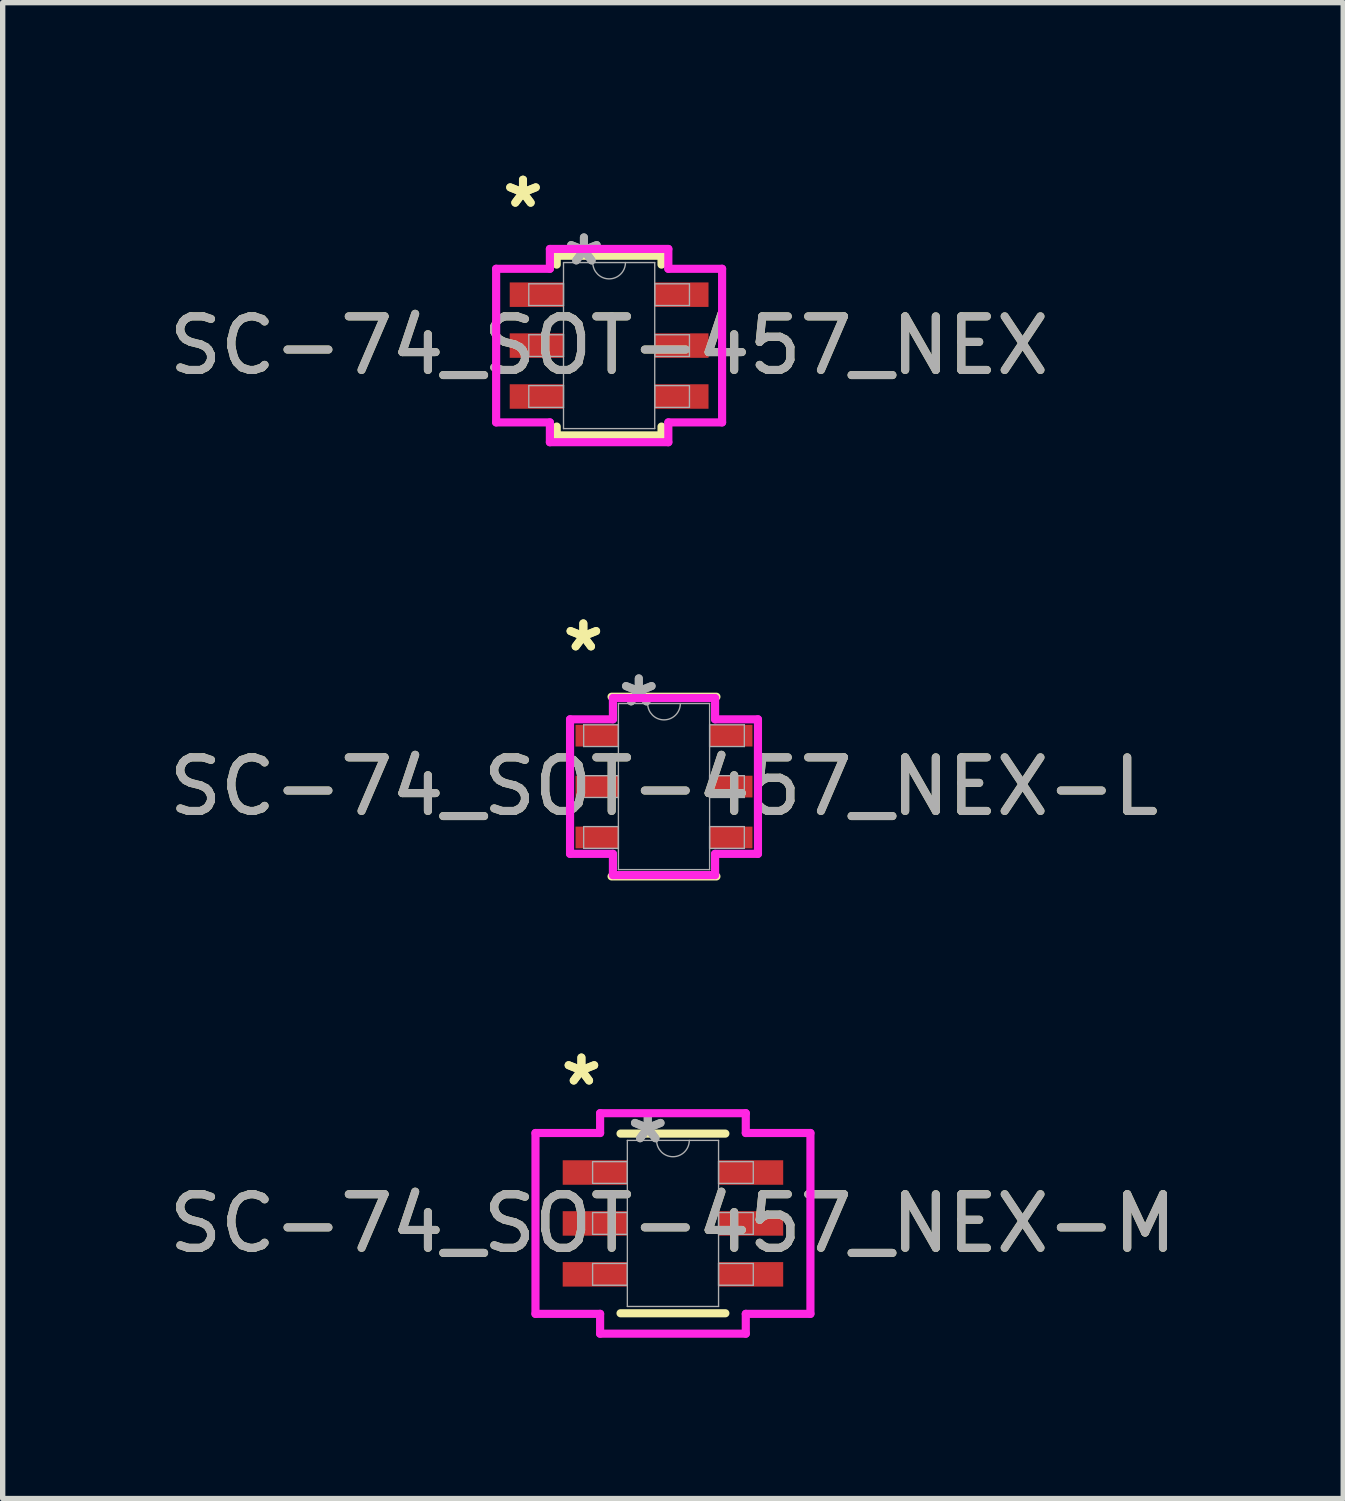
<source format=kicad_pcb>
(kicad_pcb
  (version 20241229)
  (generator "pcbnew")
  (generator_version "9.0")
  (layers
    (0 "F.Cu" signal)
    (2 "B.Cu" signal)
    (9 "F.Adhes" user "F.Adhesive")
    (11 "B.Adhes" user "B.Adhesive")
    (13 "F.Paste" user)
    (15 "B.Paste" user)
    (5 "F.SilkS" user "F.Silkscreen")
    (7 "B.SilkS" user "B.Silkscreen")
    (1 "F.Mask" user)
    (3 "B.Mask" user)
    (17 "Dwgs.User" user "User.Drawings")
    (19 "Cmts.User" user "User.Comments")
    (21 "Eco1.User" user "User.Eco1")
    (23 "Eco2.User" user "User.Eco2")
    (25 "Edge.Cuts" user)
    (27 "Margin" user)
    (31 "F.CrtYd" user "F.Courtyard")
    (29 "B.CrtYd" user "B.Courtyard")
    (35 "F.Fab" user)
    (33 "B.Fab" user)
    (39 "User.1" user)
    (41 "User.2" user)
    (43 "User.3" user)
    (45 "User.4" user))
  (footprint "SC-74_SOT-457_NEX-M"
    (layer "F.Cu")
    (at 9.506 19.777)
    (property "Reference" "SC-74_SOT-457_NEX-M" (at 0 0 0) (unlocked yes) (layer "F.SilkS") (effects (font (size 1 1) (thickness 0.15))))
    (attr smd)
    (fp_line (start -0.978 1.676) (end 0.978 1.676) (stroke (width 0.152) (type solid)) (layer "F.SilkS"))
    (fp_line (start 0.978 -1.676) (end -0.978 -1.676) (stroke (width 0.152) (type solid)) (layer "F.SilkS"))
    (fp_line (start -2.565 -1.687) (end -1.359 -1.687) (stroke (width 0.152) (type solid)) (layer "F.CrtYd"))
    (fp_line (start -2.565 1.687) (end -2.565 -1.687) (stroke (width 0.152) (type solid)) (layer "F.CrtYd"))
    (fp_line (start -2.565 1.687) (end -1.359 1.687) (stroke (width 0.152) (type solid)) (layer "F.CrtYd"))
    (fp_line (start -1.359 -2.057) (end 1.359 -2.057) (stroke (width 0.152) (type solid)) (layer "F.CrtYd"))
    (fp_line (start -1.359 -1.687) (end -1.359 -2.057) (stroke (width 0.152) (type solid)) (layer "F.CrtYd"))
    (fp_line (start -1.359 2.057) (end -1.359 1.687) (stroke (width 0.152) (type solid)) (layer "F.CrtYd"))
    (fp_line (start 1.359 -2.057) (end 1.359 -1.687) (stroke (width 0.152) (type solid)) (layer "F.CrtYd"))
    (fp_line (start 1.359 1.687) (end 1.359 2.057) (stroke (width 0.152) (type solid)) (layer "F.CrtYd"))
    (fp_line (start 1.359 2.057) (end -1.359 2.057) (stroke (width 0.152) (type solid)) (layer "F.CrtYd"))
    (fp_line (start 2.565 -1.687) (end 1.359 -1.687) (stroke (width 0.152) (type solid)) (layer "F.CrtYd"))
    (fp_line (start 2.565 -1.687) (end 2.565 1.687) (stroke (width 0.152) (type solid)) (layer "F.CrtYd"))
    (fp_line (start 2.565 1.687) (end 1.359 1.687) (stroke (width 0.152) (type solid)) (layer "F.CrtYd"))
    (fp_line (start -1.499 -1.153) (end -1.499 -0.747) (stroke (width 0.025) (type solid)) (layer "F.Fab"))
    (fp_line (start -1.499 -0.747) (end -0.851 -0.747) (stroke (width 0.025) (type solid)) (layer "F.Fab"))
    (fp_line (start -1.499 -0.203) (end -1.499 0.203) (stroke (width 0.025) (type solid)) (layer "F.Fab"))
    (fp_line (start -1.499 0.203) (end -0.851 0.203) (stroke (width 0.025) (type solid)) (layer "F.Fab"))
    (fp_line (start -1.499 0.747) (end -1.499 1.153) (stroke (width 0.025) (type solid)) (layer "F.Fab"))
    (fp_line (start -1.499 1.153) (end -0.851 1.153) (stroke (width 0.025) (type solid)) (layer "F.Fab"))
    (fp_line (start -0.851 -1.549) (end -0.851 1.549) (stroke (width 0.025) (type solid)) (layer "F.Fab"))
    (fp_line (start -0.851 -1.153) (end -1.499 -1.153) (stroke (width 0.025) (type solid)) (layer "F.Fab"))
    (fp_line (start -0.851 -0.747) (end -0.851 -1.153) (stroke (width 0.025) (type solid)) (layer "F.Fab"))
    (fp_line (start -0.851 -0.203) (end -1.499 -0.203) (stroke (width 0.025) (type solid)) (layer "F.Fab"))
    (fp_line (start -0.851 0.203) (end -0.851 -0.203) (stroke (width 0.025) (type solid)) (layer "F.Fab"))
    (fp_line (start -0.851 0.747) (end -1.499 0.747) (stroke (width 0.025) (type solid)) (layer "F.Fab"))
    (fp_line (start -0.851 1.153) (end -0.851 0.747) (stroke (width 0.025) (type solid)) (layer "F.Fab"))
    (fp_line (start -0.851 1.549) (end 0.851 1.549) (stroke (width 0.025) (type solid)) (layer "F.Fab"))
    (fp_line (start 0.851 -1.549) (end -0.851 -1.549) (stroke (width 0.025) (type solid)) (layer "F.Fab"))
    (fp_line (start 0.851 -1.153) (end 0.851 -0.747) (stroke (width 0.025) (type solid)) (layer "F.Fab"))
    (fp_line (start 0.851 -0.747) (end 1.499 -0.747) (stroke (width 0.025) (type solid)) (layer "F.Fab"))
    (fp_line (start 0.851 -0.203) (end 0.851 0.203) (stroke (width 0.025) (type solid)) (layer "F.Fab"))
    (fp_line (start 0.851 0.203) (end 1.499 0.203) (stroke (width 0.025) (type solid)) (layer "F.Fab"))
    (fp_line (start 0.851 0.747) (end 0.851 1.153) (stroke (width 0.025) (type solid)) (layer "F.Fab"))
    (fp_line (start 0.851 1.153) (end 1.499 1.153) (stroke (width 0.025) (type solid)) (layer "F.Fab"))
    (fp_line (start 0.851 1.549) (end 0.851 -1.549) (stroke (width 0.025) (type solid)) (layer "F.Fab"))
    (fp_line (start 1.499 -1.153) (end 0.851 -1.153) (stroke (width 0.025) (type solid)) (layer "F.Fab"))
    (fp_line (start 1.499 -0.747) (end 1.499 -1.153) (stroke (width 0.025) (type solid)) (layer "F.Fab"))
    (fp_line (start 1.499 -0.203) (end 0.851 -0.203) (stroke (width 0.025) (type solid)) (layer "F.Fab"))
    (fp_line (start 1.499 0.203) (end 1.499 -0.203) (stroke (width 0.025) (type solid)) (layer "F.Fab"))
    (fp_line (start 1.499 0.747) (end 0.851 0.747) (stroke (width 0.025) (type solid)) (layer "F.Fab"))
    (fp_line (start 1.499 1.153) (end 1.499 0.747) (stroke (width 0.025) (type solid)) (layer "F.Fab"))
    (fp_arc (start 0.3048 -1.5494) (mid 0 -1.2446) (end -0.3048 -1.5494) (stroke (width 0.0254) (type solid)) (layer "F.Fab"))
    (fp_text user "*" (at -1.708 -2.55 0) (unlocked yes) (layer "F.SilkS") (effects (font (size 1 1) (thickness 0.15))))
    (fp_text user "*" (at -1.708 -2.55 0) (layer "F.SilkS") (effects (font (size 1 1) (thickness 0.15))))
    (fp_text user "*" (at -0.47 -1.473 0) (unlocked yes) (layer "F.Fab") (effects (font (size 1 1) (thickness 0.15))))
    (fp_text user "${REFERENCE}" (at 0 0 0) (unlocked yes) (layer "F.Fab") (effects (font (size 1 1) (thickness 0.15))))
    (fp_text user "*" (at -0.47 -1.473 0) (layer "F.Fab") (effects (font (size 1 1) (thickness 0.15))))
    (pad "1" smd rect (at -1.454 -0.95) (size 1.206 0.457) (layers "F.Cu" "F.Mask" "F.Paste"))
    (pad "2" smd rect (at -1.454 0) (size 1.206 0.457) (layers "F.Cu" "F.Mask" "F.Paste"))
    (pad "3" smd rect (at -1.454 0.95) (size 1.206 0.457) (layers "F.Cu" "F.Mask" "F.Paste"))
    (pad "4" smd rect (at 1.454 0.95) (size 1.206 0.457) (layers "F.Cu" "F.Mask" "F.Paste"))
    (pad "5" smd rect (at 1.454 0) (size 1.206 0.457) (layers "F.Cu" "F.Mask" "F.Paste"))
    (pad "6" smd rect (at 1.454 -0.95) (size 1.206 0.457) (layers "F.Cu" "F.Mask" "F.Paste")))
  (footprint "SC-74_SOT-457_NEX"
    (layer "F.Cu")
    (at 8.315 3.398)
    (property "Reference" "SC-74_SOT-457_NEX" (at 0 0 0) (unlocked yes) (layer "F.SilkS") (effects (font (size 1 1) (thickness 0.15))))
    (attr smd)
    (fp_line (start -0.978 -1.676) (end -0.978 -1.511) (stroke (width 0.152) (type solid)) (layer "F.SilkS"))
    (fp_line (start -0.978 1.511) (end -0.978 1.676) (stroke (width 0.152) (type solid)) (layer "F.SilkS"))
    (fp_line (start -0.978 1.676) (end 0.978 1.676) (stroke (width 0.152) (type solid)) (layer "F.SilkS"))
    (fp_line (start 0.978 -1.676) (end -0.978 -1.676) (stroke (width 0.152) (type solid)) (layer "F.SilkS"))
    (fp_line (start 0.978 -1.511) (end 0.978 -1.676) (stroke (width 0.152) (type solid)) (layer "F.SilkS"))
    (fp_line (start 0.978 1.676) (end 0.978 1.511) (stroke (width 0.152) (type solid)) (layer "F.SilkS"))
    (fp_line (start -2.108 -1.433) (end -1.105 -1.433) (stroke (width 0.152) (type solid)) (layer "F.CrtYd"))
    (fp_line (start -2.108 1.433) (end -2.108 -1.433) (stroke (width 0.152) (type solid)) (layer "F.CrtYd"))
    (fp_line (start -2.108 1.433) (end -1.105 1.433) (stroke (width 0.152) (type solid)) (layer "F.CrtYd"))
    (fp_line (start -1.105 -1.803) (end 1.105 -1.803) (stroke (width 0.152) (type solid)) (layer "F.CrtYd"))
    (fp_line (start -1.105 -1.433) (end -1.105 -1.803) (stroke (width 0.152) (type solid)) (layer "F.CrtYd"))
    (fp_line (start -1.105 1.803) (end -1.105 1.433) (stroke (width 0.152) (type solid)) (layer "F.CrtYd"))
    (fp_line (start 1.105 -1.803) (end 1.105 -1.433) (stroke (width 0.152) (type solid)) (layer "F.CrtYd"))
    (fp_line (start 1.105 1.433) (end 1.105 1.803) (stroke (width 0.152) (type solid)) (layer "F.CrtYd"))
    (fp_line (start 1.105 1.803) (end -1.105 1.803) (stroke (width 0.152) (type solid)) (layer "F.CrtYd"))
    (fp_line (start 2.108 -1.433) (end 1.105 -1.433) (stroke (width 0.152) (type solid)) (layer "F.CrtYd"))
    (fp_line (start 2.108 -1.433) (end 2.108 1.433) (stroke (width 0.152) (type solid)) (layer "F.CrtYd"))
    (fp_line (start 2.108 1.433) (end 1.105 1.433) (stroke (width 0.152) (type solid)) (layer "F.CrtYd"))
    (fp_line (start -1.499 -1.153) (end -1.499 -0.747) (stroke (width 0.025) (type solid)) (layer "F.Fab"))
    (fp_line (start -1.499 -0.747) (end -0.851 -0.747) (stroke (width 0.025) (type solid)) (layer "F.Fab"))
    (fp_line (start -1.499 -0.203) (end -1.499 0.203) (stroke (width 0.025) (type solid)) (layer "F.Fab"))
    (fp_line (start -1.499 0.203) (end -0.851 0.203) (stroke (width 0.025) (type solid)) (layer "F.Fab"))
    (fp_line (start -1.499 0.747) (end -1.499 1.153) (stroke (width 0.025) (type solid)) (layer "F.Fab"))
    (fp_line (start -1.499 1.153) (end -0.851 1.153) (stroke (width 0.025) (type solid)) (layer "F.Fab"))
    (fp_line (start -0.851 -1.549) (end -0.851 1.549) (stroke (width 0.025) (type solid)) (layer "F.Fab"))
    (fp_line (start -0.851 -1.153) (end -1.499 -1.153) (stroke (width 0.025) (type solid)) (layer "F.Fab"))
    (fp_line (start -0.851 -0.747) (end -0.851 -1.153) (stroke (width 0.025) (type solid)) (layer "F.Fab"))
    (fp_line (start -0.851 -0.203) (end -1.499 -0.203) (stroke (width 0.025) (type solid)) (layer "F.Fab"))
    (fp_line (start -0.851 0.203) (end -0.851 -0.203) (stroke (width 0.025) (type solid)) (layer "F.Fab"))
    (fp_line (start -0.851 0.747) (end -1.499 0.747) (stroke (width 0.025) (type solid)) (layer "F.Fab"))
    (fp_line (start -0.851 1.153) (end -0.851 0.747) (stroke (width 0.025) (type solid)) (layer "F.Fab"))
    (fp_line (start -0.851 1.549) (end 0.851 1.549) (stroke (width 0.025) (type solid)) (layer "F.Fab"))
    (fp_line (start 0.851 -1.549) (end -0.851 -1.549) (stroke (width 0.025) (type solid)) (layer "F.Fab"))
    (fp_line (start 0.851 -1.153) (end 0.851 -0.747) (stroke (width 0.025) (type solid)) (layer "F.Fab"))
    (fp_line (start 0.851 -0.747) (end 1.499 -0.747) (stroke (width 0.025) (type solid)) (layer "F.Fab"))
    (fp_line (start 0.851 -0.203) (end 0.851 0.203) (stroke (width 0.025) (type solid)) (layer "F.Fab"))
    (fp_line (start 0.851 0.203) (end 1.499 0.203) (stroke (width 0.025) (type solid)) (layer "F.Fab"))
    (fp_line (start 0.851 0.747) (end 0.851 1.153) (stroke (width 0.025) (type solid)) (layer "F.Fab"))
    (fp_line (start 0.851 1.153) (end 1.499 1.153) (stroke (width 0.025) (type solid)) (layer "F.Fab"))
    (fp_line (start 0.851 1.549) (end 0.851 -1.549) (stroke (width 0.025) (type solid)) (layer "F.Fab"))
    (fp_line (start 1.499 -1.153) (end 0.851 -1.153) (stroke (width 0.025) (type solid)) (layer "F.Fab"))
    (fp_line (start 1.499 -0.747) (end 1.499 -1.153) (stroke (width 0.025) (type solid)) (layer "F.Fab"))
    (fp_line (start 1.499 -0.203) (end 0.851 -0.203) (stroke (width 0.025) (type solid)) (layer "F.Fab"))
    (fp_line (start 1.499 0.203) (end 1.499 -0.203) (stroke (width 0.025) (type solid)) (layer "F.Fab"))
    (fp_line (start 1.499 0.747) (end 0.851 0.747) (stroke (width 0.025) (type solid)) (layer "F.Fab"))
    (fp_line (start 1.499 1.153) (end 1.499 0.747) (stroke (width 0.025) (type solid)) (layer "F.Fab"))
    (fp_arc (start 0.3048 -1.5494) (mid 0 -1.2446) (end -0.3048 -1.5494) (stroke (width 0.0254) (type solid)) (layer "F.Fab"))
    (fp_text user "*" (at -1.607 -2.55 0) (unlocked yes) (layer "F.SilkS") (effects (font (size 1 1) (thickness 0.15))))
    (fp_text user "*" (at -1.607 -2.55 0) (layer "F.SilkS") (effects (font (size 1 1) (thickness 0.15))))
    (fp_text user "${REFERENCE}" (at 0 0 0) (unlocked yes) (layer "F.Fab") (effects (font (size 1 1) (thickness 0.15))))
    (fp_text user "*" (at -0.47 -1.473 0) (layer "F.Fab") (effects (font (size 1 1) (thickness 0.15))))
    (fp_text user "*" (at -0.47 -1.473 0) (unlocked yes) (layer "F.Fab") (effects (font (size 1 1) (thickness 0.15))))
    (pad "1" smd rect (at -1.353 -0.95) (size 1.003 0.457) (layers "F.Cu" "F.Mask" "F.Paste"))
    (pad "2" smd rect (at -1.353 0) (size 1.003 0.457) (layers "F.Cu" "F.Mask" "F.Paste"))
    (pad "3" smd rect (at -1.353 0.95) (size 1.003 0.457) (layers "F.Cu" "F.Mask" "F.Paste"))
    (pad "4" smd rect (at 1.353 0.95) (size 1.003 0.457) (layers "F.Cu" "F.Mask" "F.Paste"))
    (pad "5" smd rect (at 1.353 0) (size 1.003 0.457) (layers "F.Cu" "F.Mask" "F.Paste"))
    (pad "6" smd rect (at 1.353 -0.95) (size 1.003 0.457) (layers "F.Cu" "F.Mask" "F.Paste")))
  (footprint "SC-74_SOT-457_NEX-L"
    (layer "F.Cu")
    (at 9.339 11.626)
    (property "Reference" "SC-74_SOT-457_NEX-L" (at 0 0 0) (unlocked yes) (layer "F.SilkS") (effects (font (size 1 1) (thickness 0.15))))
    (attr smd)
    (fp_line (start -0.978 1.676) (end 0.978 1.676) (stroke (width 0.152) (type solid)) (layer "F.SilkS"))
    (fp_line (start 0.978 -1.676) (end -0.978 -1.676) (stroke (width 0.152) (type solid)) (layer "F.SilkS"))
    (fp_line (start -1.753 -1.255) (end -0.953 -1.255) (stroke (width 0.152) (type solid)) (layer "F.CrtYd"))
    (fp_line (start -1.753 1.255) (end -1.753 -1.255) (stroke (width 0.152) (type solid)) (layer "F.CrtYd"))
    (fp_line (start -1.753 1.255) (end -0.953 1.255) (stroke (width 0.152) (type solid)) (layer "F.CrtYd"))
    (fp_line (start -0.953 -1.651) (end 0.953 -1.651) (stroke (width 0.152) (type solid)) (layer "F.CrtYd"))
    (fp_line (start -0.953 -1.255) (end -0.953 -1.651) (stroke (width 0.152) (type solid)) (layer "F.CrtYd"))
    (fp_line (start -0.953 1.651) (end -0.953 1.255) (stroke (width 0.152) (type solid)) (layer "F.CrtYd"))
    (fp_line (start 0.953 -1.651) (end 0.953 -1.255) (stroke (width 0.152) (type solid)) (layer "F.CrtYd"))
    (fp_line (start 0.953 1.255) (end 0.953 1.651) (stroke (width 0.152) (type solid)) (layer "F.CrtYd"))
    (fp_line (start 0.953 1.651) (end -0.953 1.651) (stroke (width 0.152) (type solid)) (layer "F.CrtYd"))
    (fp_line (start 1.753 -1.255) (end 0.953 -1.255) (stroke (width 0.152) (type solid)) (layer "F.CrtYd"))
    (fp_line (start 1.753 -1.255) (end 1.753 1.255) (stroke (width 0.152) (type solid)) (layer "F.CrtYd"))
    (fp_line (start 1.753 1.255) (end 0.953 1.255) (stroke (width 0.152) (type solid)) (layer "F.CrtYd"))
    (fp_line (start -1.499 -1.153) (end -1.499 -0.747) (stroke (width 0.025) (type solid)) (layer "F.Fab"))
    (fp_line (start -1.499 -0.747) (end -0.851 -0.747) (stroke (width 0.025) (type solid)) (layer "F.Fab"))
    (fp_line (start -1.499 -0.203) (end -1.499 0.203) (stroke (width 0.025) (type solid)) (layer "F.Fab"))
    (fp_line (start -1.499 0.203) (end -0.851 0.203) (stroke (width 0.025) (type solid)) (layer "F.Fab"))
    (fp_line (start -1.499 0.747) (end -1.499 1.153) (stroke (width 0.025) (type solid)) (layer "F.Fab"))
    (fp_line (start -1.499 1.153) (end -0.851 1.153) (stroke (width 0.025) (type solid)) (layer "F.Fab"))
    (fp_line (start -0.851 -1.549) (end -0.851 1.549) (stroke (width 0.025) (type solid)) (layer "F.Fab"))
    (fp_line (start -0.851 -1.153) (end -1.499 -1.153) (stroke (width 0.025) (type solid)) (layer "F.Fab"))
    (fp_line (start -0.851 -0.747) (end -0.851 -1.153) (stroke (width 0.025) (type solid)) (layer "F.Fab"))
    (fp_line (start -0.851 -0.203) (end -1.499 -0.203) (stroke (width 0.025) (type solid)) (layer "F.Fab"))
    (fp_line (start -0.851 0.203) (end -0.851 -0.203) (stroke (width 0.025) (type solid)) (layer "F.Fab"))
    (fp_line (start -0.851 0.747) (end -1.499 0.747) (stroke (width 0.025) (type solid)) (layer "F.Fab"))
    (fp_line (start -0.851 1.153) (end -0.851 0.747) (stroke (width 0.025) (type solid)) (layer "F.Fab"))
    (fp_line (start -0.851 1.549) (end 0.851 1.549) (stroke (width 0.025) (type solid)) (layer "F.Fab"))
    (fp_line (start 0.851 -1.549) (end -0.851 -1.549) (stroke (width 0.025) (type solid)) (layer "F.Fab"))
    (fp_line (start 0.851 -1.153) (end 0.851 -0.747) (stroke (width 0.025) (type solid)) (layer "F.Fab"))
    (fp_line (start 0.851 -0.747) (end 1.499 -0.747) (stroke (width 0.025) (type solid)) (layer "F.Fab"))
    (fp_line (start 0.851 -0.203) (end 0.851 0.203) (stroke (width 0.025) (type solid)) (layer "F.Fab"))
    (fp_line (start 0.851 0.203) (end 1.499 0.203) (stroke (width 0.025) (type solid)) (layer "F.Fab"))
    (fp_line (start 0.851 0.747) (end 0.851 1.153) (stroke (width 0.025) (type solid)) (layer "F.Fab"))
    (fp_line (start 0.851 1.153) (end 1.499 1.153) (stroke (width 0.025) (type solid)) (layer "F.Fab"))
    (fp_line (start 0.851 1.549) (end 0.851 -1.549) (stroke (width 0.025) (type solid)) (layer "F.Fab"))
    (fp_line (start 1.499 -1.153) (end 0.851 -1.153) (stroke (width 0.025) (type solid)) (layer "F.Fab"))
    (fp_line (start 1.499 -0.747) (end 1.499 -1.153) (stroke (width 0.025) (type solid)) (layer "F.Fab"))
    (fp_line (start 1.499 -0.203) (end 0.851 -0.203) (stroke (width 0.025) (type solid)) (layer "F.Fab"))
    (fp_line (start 1.499 0.203) (end 1.499 -0.203) (stroke (width 0.025) (type solid)) (layer "F.Fab"))
    (fp_line (start 1.499 0.747) (end 0.851 0.747) (stroke (width 0.025) (type solid)) (layer "F.Fab"))
    (fp_line (start 1.499 1.153) (end 1.499 0.747) (stroke (width 0.025) (type solid)) (layer "F.Fab"))
    (fp_arc (start 0.3048 -1.5494) (mid 0 -1.2446) (end -0.3048 -1.5494) (stroke (width 0.0254) (type solid)) (layer "F.Fab"))
    (fp_text user "*" (at -1.505 -2.499 0) (layer "F.SilkS") (effects (font (size 1 1) (thickness 0.15))))
    (fp_text user "*" (at -1.505 -2.499 0) (unlocked yes) (layer "F.SilkS") (effects (font (size 1 1) (thickness 0.15))))
    (fp_text user "*" (at -0.47 -1.473 0) (layer "F.Fab") (effects (font (size 1 1) (thickness 0.15))))
    (fp_text user "*" (at -0.47 -1.473 0) (unlocked yes) (layer "F.Fab") (effects (font (size 1 1) (thickness 0.15))))
    (fp_text user "${REFERENCE}" (at 0 0 0) (unlocked yes) (layer "F.Fab") (effects (font (size 1 1) (thickness 0.15))))
    (pad "1" smd rect (at -1.251 -0.95) (size 0.8 0.406) (layers "F.Cu" "F.Mask" "F.Paste"))
    (pad "2" smd rect (at -1.251 0) (size 0.8 0.406) (layers "F.Cu" "F.Mask" "F.Paste"))
    (pad "3" smd rect (at -1.251 0.95) (size 0.8 0.406) (layers "F.Cu" "F.Mask" "F.Paste"))
    (pad "4" smd rect (at 1.251 0.95) (size 0.8 0.406) (layers "F.Cu" "F.Mask" "F.Paste"))
    (pad "5" smd rect (at 1.251 0) (size 0.8 0.406) (layers "F.Cu" "F.Mask" "F.Paste"))
    (pad "6" smd rect (at 1.251 -0.95) (size 0.8 0.406) (layers "F.Cu" "F.Mask" "F.Paste")))
  (gr_rect
    (start -3 -3)
    (end 22.012 24.91)
    (stroke (width 0.1) (type default))
    (fill no)
    (layer "Edge.Cuts")))
</source>
